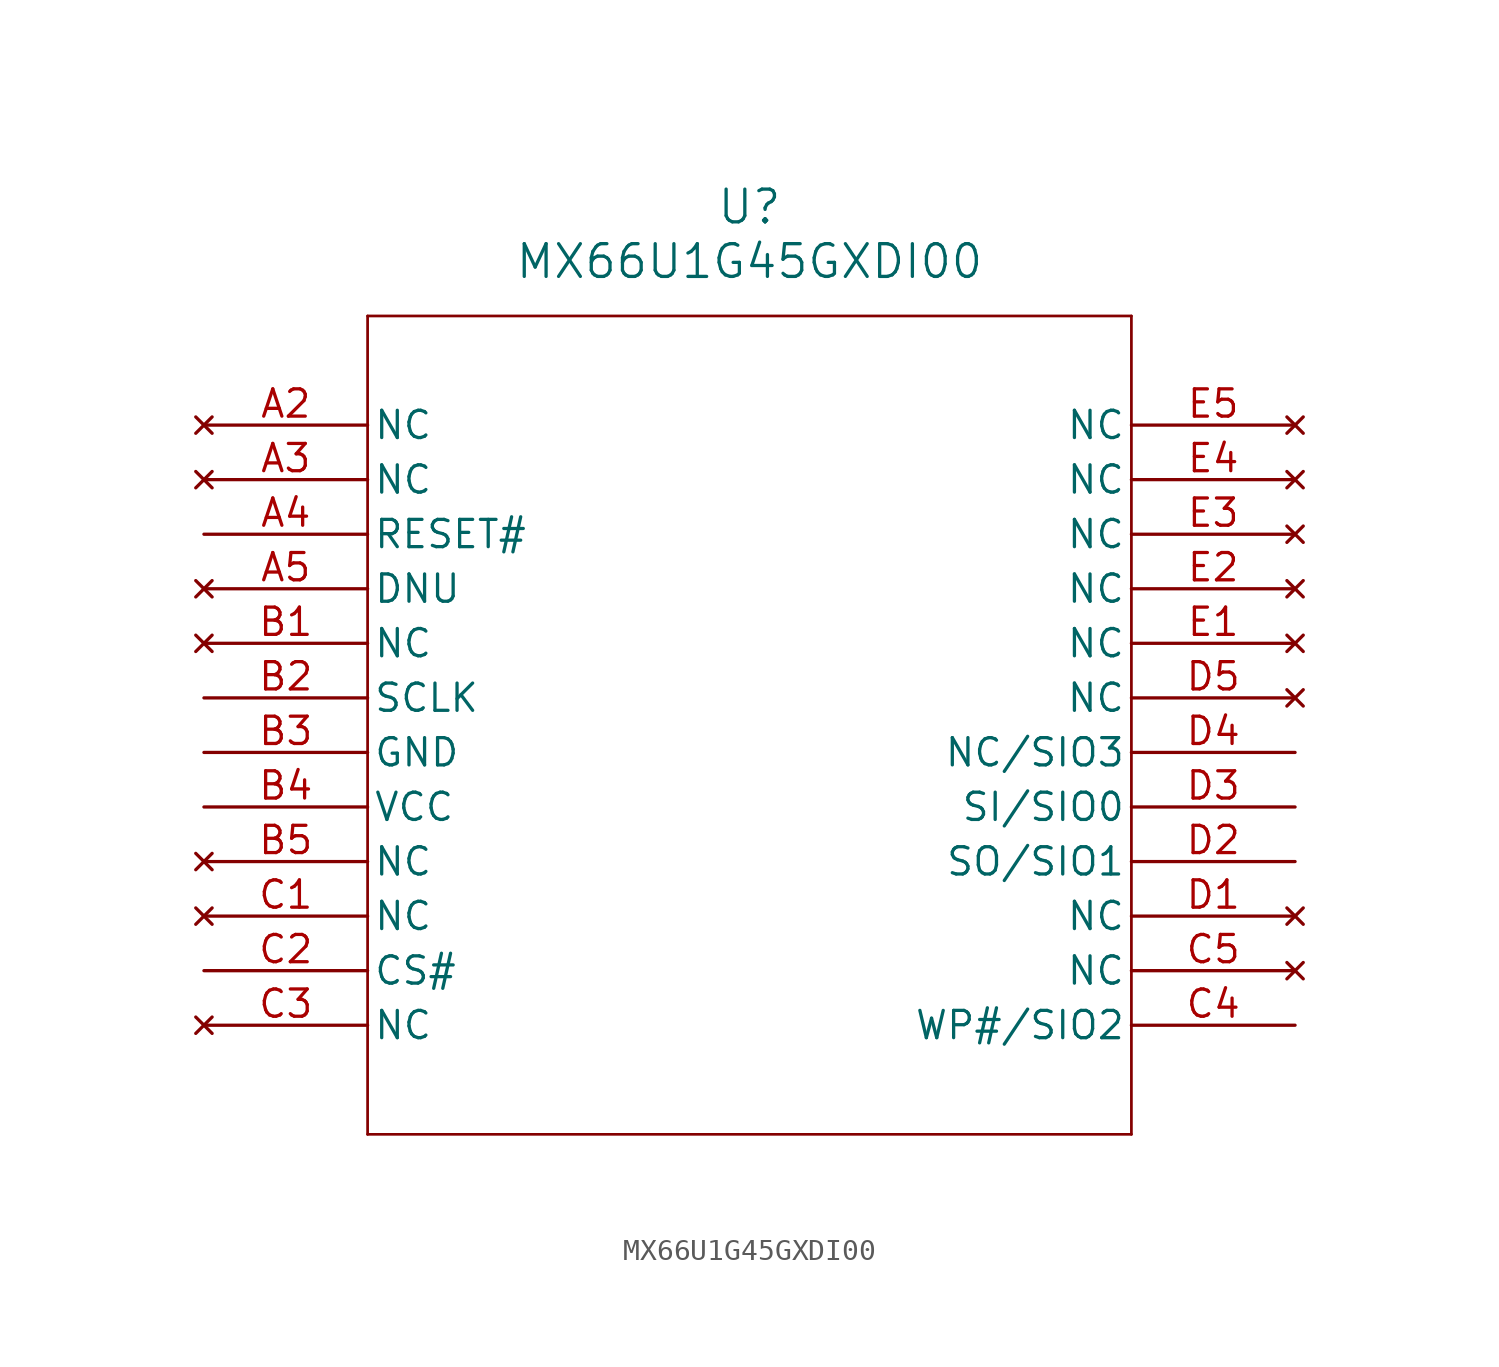
<source format=kicad_sym>
(kicad_symbol_lib
  (version 20211014)
  (generator kicad_symbol_editor)
  (symbol "MX66U1G45GXDI00"
    (pin_names
      (offset 0.254))
    (property "Reference" "U"
      (at 25.4 10.16 0)
      (effects (font (size 1.524 1.524))))
    (property "Value" "MX66U1G45GXDI00"
      (at 25.4 7.62 0)
      (effects (font (size 1.524 1.524))))
    (symbol "MX66U1G45GXDI00_0_1"
      (polyline (pts (xy 7.62 5.08) (xy 7.62 -33.02)) (stroke (width 0.127) (type default) (color 0 0 0 0)) (fill (type none)))
      (polyline (pts (xy 7.62 -33.02) (xy 43.18 -33.02)) (stroke (width 0.127) (type default) (color 0 0 0 0)) (fill (type none)))
      (polyline (pts (xy 43.18 -33.02) (xy 43.18 5.08)) (stroke (width 0.127) (type default) (color 0 0 0 0)) (fill (type none)))
      (polyline (pts (xy 43.18 5.08) (xy 7.62 5.08)) (stroke (width 0.127) (type default) (color 0 0 0 0)) (fill (type none)))
      (pin no_connect line (at 0 0 0) (length 7.62) (name "NC" (effects (font (size 1.27 1.27)))) (number "A2" (effects (font (size 1.27 1.27)))))
      (pin no_connect line (at 0 -2.54 0) (length 7.62) (name "NC" (effects (font (size 1.27 1.27)))) (number "A3" (effects (font (size 1.27 1.27)))))
      (pin input line (at 0 -5.08 0) (length 7.62) (name "RESET#" (effects (font (size 1.27 1.27)))) (number "A4" (effects (font (size 1.27 1.27)))))
      (pin no_connect line (at 0 -7.62 0) (length 7.62) (name "DNU" (effects (font (size 1.27 1.27)))) (number "A5" (effects (font (size 1.27 1.27)))))
      (pin no_connect line (at 0 -10.16 0) (length 7.62) (name "NC" (effects (font (size 1.27 1.27)))) (number "B1" (effects (font (size 1.27 1.27)))))
      (pin input line (at 0 -12.7 0) (length 7.62) (name "SCLK" (effects (font (size 1.27 1.27)))) (number "B2" (effects (font (size 1.27 1.27)))))
      (pin power_out line (at 0 -15.24 0) (length 7.62) (name "GND" (effects (font (size 1.27 1.27)))) (number "B3" (effects (font (size 1.27 1.27)))))
      (pin power_in line (at 0 -17.78 0) (length 7.62) (name "VCC" (effects (font (size 1.27 1.27)))) (number "B4" (effects (font (size 1.27 1.27)))))
      (pin no_connect line (at 0 -20.32 0) (length 7.62) (name "NC" (effects (font (size 1.27 1.27)))) (number "B5" (effects (font (size 1.27 1.27)))))
      (pin no_connect line (at 0 -22.86 0) (length 7.62) (name "NC" (effects (font (size 1.27 1.27)))) (number "C1" (effects (font (size 1.27 1.27)))))
      (pin input line (at 0 -25.4 0) (length 7.62) (name "CS#" (effects (font (size 1.27 1.27)))) (number "C2" (effects (font (size 1.27 1.27)))))
      (pin no_connect line (at 0 -27.94 0) (length 7.62) (name "NC" (effects (font (size 1.27 1.27)))) (number "C3" (effects (font (size 1.27 1.27)))))
      (pin bidirectional line (at 50.8 -27.94 180) (length 7.62) (name "WP#/SIO2" (effects (font (size 1.27 1.27)))) (number "C4" (effects (font (size 1.27 1.27)))))
      (pin no_connect line (at 50.8 -25.4 180) (length 7.62) (name "NC" (effects (font (size 1.27 1.27)))) (number "C5" (effects (font (size 1.27 1.27)))))
      (pin no_connect line (at 50.8 -22.86 180) (length 7.62) (name "NC" (effects (font (size 1.27 1.27)))) (number "D1" (effects (font (size 1.27 1.27)))))
      (pin bidirectional line (at 50.8 -20.32 180) (length 7.62) (name "SO/SIO1" (effects (font (size 1.27 1.27)))) (number "D2" (effects (font (size 1.27 1.27)))))
      (pin bidirectional line (at 50.8 -17.78 180) (length 7.62) (name "SI/SIO0" (effects (font (size 1.27 1.27)))) (number "D3" (effects (font (size 1.27 1.27)))))
      (pin bidirectional line (at 50.8 -15.24 180) (length 7.62) (name "NC/SIO3" (effects (font (size 1.27 1.27)))) (number "D4" (effects (font (size 1.27 1.27)))))
      (pin no_connect line (at 50.8 -12.7 180) (length 7.62) (name "NC" (effects (font (size 1.27 1.27)))) (number "D5" (effects (font (size 1.27 1.27)))))
      (pin no_connect line (at 50.8 -10.16 180) (length 7.62) (name "NC" (effects (font (size 1.27 1.27)))) (number "E1" (effects (font (size 1.27 1.27)))))
      (pin no_connect line (at 50.8 -7.62 180) (length 7.62) (name "NC" (effects (font (size 1.27 1.27)))) (number "E2" (effects (font (size 1.27 1.27)))))
      (pin no_connect line (at 50.8 -5.08 180) (length 7.62) (name "NC" (effects (font (size 1.27 1.27)))) (number "E3" (effects (font (size 1.27 1.27)))))
      (pin no_connect line (at 50.8 -2.54 180) (length 7.62) (name "NC" (effects (font (size 1.27 1.27)))) (number "E4" (effects (font (size 1.27 1.27)))))
      (pin no_connect line (at 50.8 0 180) (length 7.62) (name "NC" (effects (font (size 1.27 1.27)))) (number "E5" (effects (font (size 1.27 1.27))))))))
</source>
